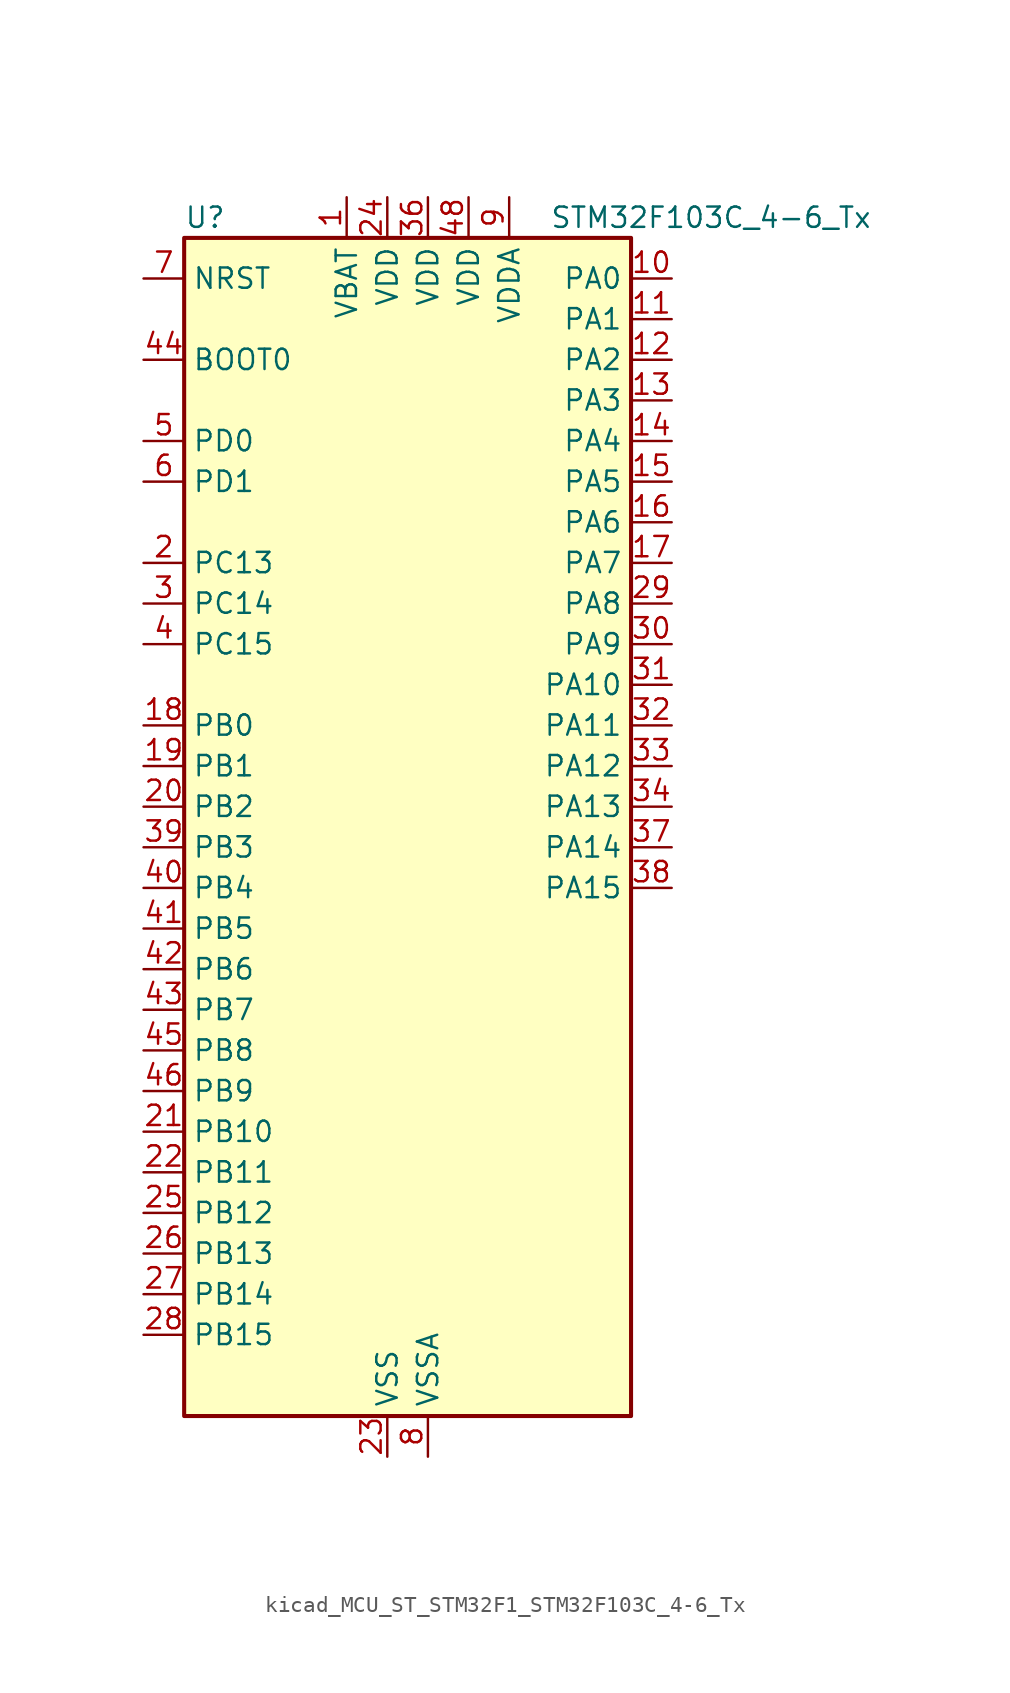
<source format=kicad_sym>
(kicad_symbol_lib
  (version 20220914)
  (generator kicad_symbol_editor)
  (symbol "kicad_MCU_ST_STM32F1_STM32F103C_4-6_Tx"
    (property "Reference" "U"
      (at -12.7 39.37 0)
      (effects (font (size 1.27 1.27)) (justify left)))
    (property "Value" "STM32F103C_4-6_Tx"
      (at 10.16 39.37 0)
      (effects (font (size 1.27 1.27)) (justify left)))
    (property "ki_locked" ""
      (at 0 0 0)
      (effects (font (size 1.27 1.27))))
    (symbol "kicad_MCU_ST_STM32F1_STM32F103C_4-6_Tx_0_1"
      (rectangle (start -12.7 -35.56) (end 15.24 38.1) (stroke (width 0.254) (type default)) (fill (type background))))
    (symbol "kicad_MCU_ST_STM32F1_STM32F103C_4-6_Tx_1_1"
      (pin power_in line (at -2.54 40.64 270) (length 2.54) (name "VBAT" (effects (font (size 1.27 1.27)))) (number "1" (effects (font (size 1.27 1.27)))))
      (pin bidirectional line (at 17.78 35.56 180) (length 2.54) (name "PA0" (effects (font (size 1.27 1.27)))) (number "10" (effects (font (size 1.27 1.27)))) (alternate "ADC1_IN0" bidirectional line) (alternate "ADC2_IN0" bidirectional line) (alternate "SYS_WKUP" bidirectional line) (alternate "TIM2_CH1" bidirectional line) (alternate "TIM2_ETR" bidirectional line) (alternate "USART2_CTS" bidirectional line))
      (pin bidirectional line (at 17.78 33.02 180) (length 2.54) (name "PA1" (effects (font (size 1.27 1.27)))) (number "11" (effects (font (size 1.27 1.27)))) (alternate "ADC1_IN1" bidirectional line) (alternate "ADC2_IN1" bidirectional line) (alternate "TIM2_CH2" bidirectional line) (alternate "USART2_RTS" bidirectional line))
      (pin bidirectional line (at 17.78 30.48 180) (length 2.54) (name "PA2" (effects (font (size 1.27 1.27)))) (number "12" (effects (font (size 1.27 1.27)))) (alternate "ADC1_IN2" bidirectional line) (alternate "ADC2_IN2" bidirectional line) (alternate "TIM2_CH3" bidirectional line) (alternate "USART2_TX" bidirectional line))
      (pin bidirectional line (at 17.78 27.94 180) (length 2.54) (name "PA3" (effects (font (size 1.27 1.27)))) (number "13" (effects (font (size 1.27 1.27)))) (alternate "ADC1_IN3" bidirectional line) (alternate "ADC2_IN3" bidirectional line) (alternate "TIM2_CH4" bidirectional line) (alternate "USART2_RX" bidirectional line))
      (pin bidirectional line (at 17.78 25.4 180) (length 2.54) (name "PA4" (effects (font (size 1.27 1.27)))) (number "14" (effects (font (size 1.27 1.27)))) (alternate "ADC1_IN4" bidirectional line) (alternate "ADC2_IN4" bidirectional line) (alternate "SPI1_NSS" bidirectional line) (alternate "USART2_CK" bidirectional line))
      (pin bidirectional line (at 17.78 22.86 180) (length 2.54) (name "PA5" (effects (font (size 1.27 1.27)))) (number "15" (effects (font (size 1.27 1.27)))) (alternate "ADC1_IN5" bidirectional line) (alternate "ADC2_IN5" bidirectional line) (alternate "SPI1_SCK" bidirectional line))
      (pin bidirectional line (at 17.78 20.32 180) (length 2.54) (name "PA6" (effects (font (size 1.27 1.27)))) (number "16" (effects (font (size 1.27 1.27)))) (alternate "ADC1_IN6" bidirectional line) (alternate "ADC2_IN6" bidirectional line) (alternate "SPI1_MISO" bidirectional line) (alternate "TIM1_BKIN" bidirectional line) (alternate "TIM3_CH1" bidirectional line))
      (pin bidirectional line (at 17.78 17.78 180) (length 2.54) (name "PA7" (effects (font (size 1.27 1.27)))) (number "17" (effects (font (size 1.27 1.27)))) (alternate "ADC1_IN7" bidirectional line) (alternate "ADC2_IN7" bidirectional line) (alternate "SPI1_MOSI" bidirectional line) (alternate "TIM1_CH1N" bidirectional line) (alternate "TIM3_CH2" bidirectional line))
      (pin bidirectional line (at -15.24 7.62 0) (length 2.54) (name "PB0" (effects (font (size 1.27 1.27)))) (number "18" (effects (font (size 1.27 1.27)))) (alternate "ADC1_IN8" bidirectional line) (alternate "ADC2_IN8" bidirectional line) (alternate "TIM1_CH2N" bidirectional line) (alternate "TIM3_CH3" bidirectional line))
      (pin bidirectional line (at -15.24 5.08 0) (length 2.54) (name "PB1" (effects (font (size 1.27 1.27)))) (number "19" (effects (font (size 1.27 1.27)))) (alternate "ADC1_IN9" bidirectional line) (alternate "ADC2_IN9" bidirectional line) (alternate "TIM1_CH3N" bidirectional line) (alternate "TIM3_CH4" bidirectional line))
      (pin bidirectional line (at -15.24 17.78 0) (length 2.54) (name "PC13" (effects (font (size 1.27 1.27)))) (number "2" (effects (font (size 1.27 1.27)))) (alternate "RTC_OUT" bidirectional line) (alternate "RTC_TAMPER" bidirectional line))
      (pin bidirectional line (at -15.24 2.54 0) (length 2.54) (name "PB2" (effects (font (size 1.27 1.27)))) (number "20" (effects (font (size 1.27 1.27)))))
      (pin bidirectional line (at -15.24 -17.78 0) (length 2.54) (name "PB10" (effects (font (size 1.27 1.27)))) (number "21" (effects (font (size 1.27 1.27)))) (alternate "TIM2_CH3" bidirectional line))
      (pin bidirectional line (at -15.24 -20.32 0) (length 2.54) (name "PB11" (effects (font (size 1.27 1.27)))) (number "22" (effects (font (size 1.27 1.27)))) (alternate "ADC1_EXTI11" bidirectional line) (alternate "ADC2_EXTI11" bidirectional line) (alternate "TIM2_CH4" bidirectional line))
      (pin power_in line (at 0 -38.1 90) (length 2.54) (name "VSS" (effects (font (size 1.27 1.27)))) (number "23" (effects (font (size 1.27 1.27)))))
      (pin power_in line (at 0 40.64 270) (length 2.54) (name "VDD" (effects (font (size 1.27 1.27)))) (number "24" (effects (font (size 1.27 1.27)))))
      (pin bidirectional line (at -15.24 -22.86 0) (length 2.54) (name "PB12" (effects (font (size 1.27 1.27)))) (number "25" (effects (font (size 1.27 1.27)))) (alternate "TIM1_BKIN" bidirectional line))
      (pin bidirectional line (at -15.24 -25.4 0) (length 2.54) (name "PB13" (effects (font (size 1.27 1.27)))) (number "26" (effects (font (size 1.27 1.27)))) (alternate "TIM1_CH1N" bidirectional line))
      (pin bidirectional line (at -15.24 -27.94 0) (length 2.54) (name "PB14" (effects (font (size 1.27 1.27)))) (number "27" (effects (font (size 1.27 1.27)))) (alternate "TIM1_CH2N" bidirectional line))
      (pin bidirectional line (at -15.24 -30.48 0) (length 2.54) (name "PB15" (effects (font (size 1.27 1.27)))) (number "28" (effects (font (size 1.27 1.27)))) (alternate "ADC1_EXTI15" bidirectional line) (alternate "ADC2_EXTI15" bidirectional line) (alternate "TIM1_CH3N" bidirectional line))
      (pin bidirectional line (at 17.78 15.24 180) (length 2.54) (name "PA8" (effects (font (size 1.27 1.27)))) (number "29" (effects (font (size 1.27 1.27)))) (alternate "RCC_MCO" bidirectional line) (alternate "TIM1_CH1" bidirectional line) (alternate "USART1_CK" bidirectional line))
      (pin bidirectional line (at -15.24 15.24 0) (length 2.54) (name "PC14" (effects (font (size 1.27 1.27)))) (number "3" (effects (font (size 1.27 1.27)))) (alternate "RCC_OSC32_IN" bidirectional line))
      (pin bidirectional line (at 17.78 12.7 180) (length 2.54) (name "PA9" (effects (font (size 1.27 1.27)))) (number "30" (effects (font (size 1.27 1.27)))) (alternate "TIM1_CH2" bidirectional line) (alternate "USART1_TX" bidirectional line))
      (pin bidirectional line (at 17.78 10.16 180) (length 2.54) (name "PA10" (effects (font (size 1.27 1.27)))) (number "31" (effects (font (size 1.27 1.27)))) (alternate "TIM1_CH3" bidirectional line) (alternate "USART1_RX" bidirectional line))
      (pin bidirectional line (at 17.78 7.62 180) (length 2.54) (name "PA11" (effects (font (size 1.27 1.27)))) (number "32" (effects (font (size 1.27 1.27)))) (alternate "ADC1_EXTI11" bidirectional line) (alternate "ADC2_EXTI11" bidirectional line) (alternate "CAN_RX" bidirectional line) (alternate "TIM1_CH4" bidirectional line) (alternate "USART1_CTS" bidirectional line) (alternate "USB_DM" bidirectional line))
      (pin bidirectional line (at 17.78 5.08 180) (length 2.54) (name "PA12" (effects (font (size 1.27 1.27)))) (number "33" (effects (font (size 1.27 1.27)))) (alternate "CAN_TX" bidirectional line) (alternate "TIM1_ETR" bidirectional line) (alternate "USART1_RTS" bidirectional line) (alternate "USB_DP" bidirectional line))
      (pin bidirectional line (at 17.78 2.54 180) (length 2.54) (name "PA13" (effects (font (size 1.27 1.27)))) (number "34" (effects (font (size 1.27 1.27)))) (alternate "SYS_JTMS-SWDIO" bidirectional line))
      (pin passive line (at 0 -38.1 90) (length 2.54) hide (name "VSS" (effects (font (size 1.27 1.27)))) (number "35" (effects (font (size 1.27 1.27)))))
      (pin power_in line (at 2.54 40.64 270) (length 2.54) (name "VDD" (effects (font (size 1.27 1.27)))) (number "36" (effects (font (size 1.27 1.27)))))
      (pin bidirectional line (at 17.78 0 180) (length 2.54) (name "PA14" (effects (font (size 1.27 1.27)))) (number "37" (effects (font (size 1.27 1.27)))) (alternate "SYS_JTCK-SWCLK" bidirectional line))
      (pin bidirectional line (at 17.78 -2.54 180) (length 2.54) (name "PA15" (effects (font (size 1.27 1.27)))) (number "38" (effects (font (size 1.27 1.27)))) (alternate "ADC1_EXTI15" bidirectional line) (alternate "ADC2_EXTI15" bidirectional line) (alternate "SPI1_NSS" bidirectional line) (alternate "SYS_JTDI" bidirectional line) (alternate "TIM2_CH1" bidirectional line) (alternate "TIM2_ETR" bidirectional line))
      (pin bidirectional line (at -15.24 0 0) (length 2.54) (name "PB3" (effects (font (size 1.27 1.27)))) (number "39" (effects (font (size 1.27 1.27)))) (alternate "SPI1_SCK" bidirectional line) (alternate "SYS_JTDO-TRACESWO" bidirectional line) (alternate "TIM2_CH2" bidirectional line))
      (pin bidirectional line (at -15.24 12.7 0) (length 2.54) (name "PC15" (effects (font (size 1.27 1.27)))) (number "4" (effects (font (size 1.27 1.27)))) (alternate "ADC1_EXTI15" bidirectional line) (alternate "ADC2_EXTI15" bidirectional line) (alternate "RCC_OSC32_OUT" bidirectional line))
      (pin bidirectional line (at -15.24 -2.54 0) (length 2.54) (name "PB4" (effects (font (size 1.27 1.27)))) (number "40" (effects (font (size 1.27 1.27)))) (alternate "SPI1_MISO" bidirectional line) (alternate "SYS_NJTRST" bidirectional line) (alternate "TIM3_CH1" bidirectional line))
      (pin bidirectional line (at -15.24 -5.08 0) (length 2.54) (name "PB5" (effects (font (size 1.27 1.27)))) (number "41" (effects (font (size 1.27 1.27)))) (alternate "I2C1_SMBA" bidirectional line) (alternate "SPI1_MOSI" bidirectional line) (alternate "TIM3_CH2" bidirectional line))
      (pin bidirectional line (at -15.24 -7.62 0) (length 2.54) (name "PB6" (effects (font (size 1.27 1.27)))) (number "42" (effects (font (size 1.27 1.27)))) (alternate "I2C1_SCL" bidirectional line) (alternate "USART1_TX" bidirectional line))
      (pin bidirectional line (at -15.24 -10.16 0) (length 2.54) (name "PB7" (effects (font (size 1.27 1.27)))) (number "43" (effects (font (size 1.27 1.27)))) (alternate "I2C1_SDA" bidirectional line) (alternate "USART1_RX" bidirectional line))
      (pin input line (at -15.24 30.48 0) (length 2.54) (name "BOOT0" (effects (font (size 1.27 1.27)))) (number "44" (effects (font (size 1.27 1.27)))))
      (pin bidirectional line (at -15.24 -12.7 0) (length 2.54) (name "PB8" (effects (font (size 1.27 1.27)))) (number "45" (effects (font (size 1.27 1.27)))) (alternate "CAN_RX" bidirectional line) (alternate "I2C1_SCL" bidirectional line))
      (pin bidirectional line (at -15.24 -15.24 0) (length 2.54) (name "PB9" (effects (font (size 1.27 1.27)))) (number "46" (effects (font (size 1.27 1.27)))) (alternate "CAN_TX" bidirectional line) (alternate "I2C1_SDA" bidirectional line))
      (pin passive line (at 0 -38.1 90) (length 2.54) hide (name "VSS" (effects (font (size 1.27 1.27)))) (number "47" (effects (font (size 1.27 1.27)))))
      (pin power_in line (at 5.08 40.64 270) (length 2.54) (name "VDD" (effects (font (size 1.27 1.27)))) (number "48" (effects (font (size 1.27 1.27)))))
      (pin bidirectional line (at -15.24 25.4 0) (length 2.54) (name "PD0" (effects (font (size 1.27 1.27)))) (number "5" (effects (font (size 1.27 1.27)))) (alternate "RCC_OSC_IN" bidirectional line))
      (pin bidirectional line (at -15.24 22.86 0) (length 2.54) (name "PD1" (effects (font (size 1.27 1.27)))) (number "6" (effects (font (size 1.27 1.27)))) (alternate "RCC_OSC_OUT" bidirectional line))
      (pin input line (at -15.24 35.56 0) (length 2.54) (name "NRST" (effects (font (size 1.27 1.27)))) (number "7" (effects (font (size 1.27 1.27)))))
      (pin power_in line (at 2.54 -38.1 90) (length 2.54) (name "VSSA" (effects (font (size 1.27 1.27)))) (number "8" (effects (font (size 1.27 1.27)))))
      (pin power_in line (at 7.62 40.64 270) (length 2.54) (name "VDDA" (effects (font (size 1.27 1.27)))) (number "9" (effects (font (size 1.27 1.27))))))))
</source>
